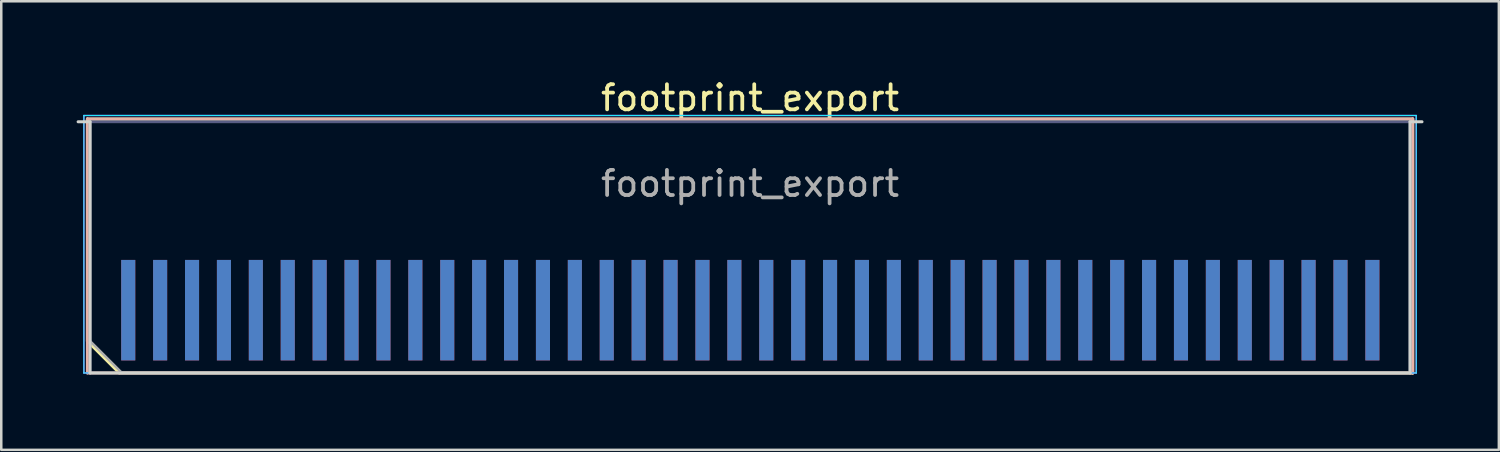
<source format=kicad_pcb>
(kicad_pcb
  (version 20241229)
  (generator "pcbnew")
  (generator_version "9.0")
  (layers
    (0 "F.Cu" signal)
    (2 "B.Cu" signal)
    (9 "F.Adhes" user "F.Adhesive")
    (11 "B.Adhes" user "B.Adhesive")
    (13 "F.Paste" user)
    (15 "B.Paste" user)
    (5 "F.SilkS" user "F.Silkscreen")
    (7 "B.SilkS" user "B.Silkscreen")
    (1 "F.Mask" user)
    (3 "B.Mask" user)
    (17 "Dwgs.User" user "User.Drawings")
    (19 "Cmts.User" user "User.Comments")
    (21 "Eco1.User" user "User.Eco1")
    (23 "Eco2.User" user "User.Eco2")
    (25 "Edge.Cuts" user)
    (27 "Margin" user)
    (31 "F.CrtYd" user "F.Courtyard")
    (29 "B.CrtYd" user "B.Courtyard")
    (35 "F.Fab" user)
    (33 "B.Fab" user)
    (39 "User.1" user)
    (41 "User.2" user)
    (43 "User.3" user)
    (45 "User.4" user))
  (footprint "footprint_export"
    (layer "F.Cu")
    (at 26.81 6.798)
    (property "Reference" "footprint_export" (at 0 -5.95 0) (layer "F.SilkS") (effects (font (size 1 1) (thickness 0.15))))
    (attr exclude_from_pos_files exclude_from_bom)
    (fp_line (start -26.38 -5.11) (end 26.38 -5.11) (stroke (width 0.12) (type solid)) (layer "F.SilkS"))
    (fp_line (start -26.38 3.73) (end -26.38 -5.11) (stroke (width 0.12) (type solid)) (layer "F.SilkS"))
    (fp_line (start -25.11 5) (end -26.38 3.73) (stroke (width 0.12) (type solid)) (layer "F.SilkS"))
    (fp_line (start -25.11 5) (end 26.38 5) (stroke (width 0.12) (type solid)) (layer "F.SilkS"))
    (fp_line (start 26.38 5) (end 26.38 -5.11) (stroke (width 0.12) (type solid)) (layer "F.SilkS"))
    (fp_line (start -26.38 -5.11) (end 26.38 -5.11) (stroke (width 0.12) (type solid)) (layer "B.SilkS"))
    (fp_line (start -26.38 5) (end -26.38 -5.11) (stroke (width 0.12) (type solid)) (layer "B.SilkS"))
    (fp_line (start -26.38 5) (end 26.38 5) (stroke (width 0.12) (type solid)) (layer "B.SilkS"))
    (fp_line (start 26.38 5) (end 26.38 -5.11) (stroke (width 0.12) (type solid)) (layer "B.SilkS"))
    (fp_line (start -26.75 -5) (end -26.275 -5) (stroke (width 0.12) (type solid)) (layer "Edge.Cuts"))
    (fp_line (start -26.275 5) (end -26.275 -5) (stroke (width 0.12) (type solid)) (layer "Edge.Cuts"))
    (fp_line (start -26.275 5) (end 26.275 5) (stroke (width 0.12) (type solid)) (layer "Edge.Cuts"))
    (fp_line (start 26.275 5) (end 26.275 -5) (stroke (width 0.12) (type solid)) (layer "Edge.Cuts"))
    (fp_line (start 26.75 -5) (end 26.275 -5) (stroke (width 0.12) (type solid)) (layer "Edge.Cuts"))
    (fp_line (start -26.52 -5.25) (end -26.52 5) (stroke (width 0.05) (type solid)) (layer "B.CrtYd"))
    (fp_line (start -26.52 5) (end 26.52 5) (stroke (width 0.05) (type solid)) (layer "B.CrtYd"))
    (fp_line (start 26.52 -5.25) (end -26.52 -5.25) (stroke (width 0.05) (type solid)) (layer "B.CrtYd"))
    (fp_line (start 26.52 5) (end 26.52 -5.25) (stroke (width 0.05) (type solid)) (layer "B.CrtYd"))
    (fp_line (start -26.52 -5.25) (end -26.52 5) (stroke (width 0.05) (type solid)) (layer "F.CrtYd"))
    (fp_line (start -26.52 5) (end 26.52 5) (stroke (width 0.05) (type solid)) (layer "F.CrtYd"))
    (fp_line (start 26.52 -5.25) (end -26.52 -5.25) (stroke (width 0.05) (type solid)) (layer "F.CrtYd"))
    (fp_line (start 26.52 5) (end 26.52 -5.25) (stroke (width 0.05) (type solid)) (layer "F.CrtYd"))
    (fp_line (start -26.275 -5) (end 26.275 -5) (stroke (width 0.1) (type solid)) (layer "B.Fab"))
    (fp_line (start -26.275 5) (end -26.275 -5) (stroke (width 0.1) (type solid)) (layer "B.Fab"))
    (fp_line (start -26.275 5) (end 26.275 5) (stroke (width 0.1) (type solid)) (layer "B.Fab"))
    (fp_line (start 26.275 5) (end 26.275 -5) (stroke (width 0.1) (type solid)) (layer "B.Fab"))
    (fp_line (start -26.275 -5) (end 26.275 -5) (stroke (width 0.1) (type solid)) (layer "F.Fab"))
    (fp_line (start -26.275 3.73) (end -26.275 -5) (stroke (width 0.1) (type solid)) (layer "F.Fab"))
    (fp_line (start -26.275 3.73) (end -25.005 5) (stroke (width 0.1) (type solid)) (layer "F.Fab"))
    (fp_line (start -25.005 5) (end 26.275 5) (stroke (width 0.1) (type solid)) (layer "F.Fab"))
    (fp_line (start 26.275 5) (end 26.275 -5) (stroke (width 0.1) (type solid)) (layer "F.Fab"))
    (fp_text user "${REFERENCE}" (at 0 -2.54 0) (layer "F.Fab") (effects (font (size 1 1) (thickness 0.15))))
    (pad "1" connect rect (at -24.755 2.5) (size 0.56 4) (layers "F.Cu" "F.Mask"))
    (pad "2" connect rect (at -24.755 2.5) (size 0.56 4) (layers "B.Cu" "B.Mask"))
    (pad "3" connect rect (at -23.485 2.5) (size 0.56 4) (layers "F.Cu" "F.Mask"))
    (pad "4" connect rect (at -23.485 2.5) (size 0.56 4) (layers "B.Cu" "B.Mask"))
    (pad "5" connect rect (at -22.215 2.5) (size 0.56 4) (layers "F.Cu" "F.Mask"))
    (pad "6" connect rect (at -22.215 2.5) (size 0.56 4) (layers "B.Cu" "B.Mask"))
    (pad "7" connect rect (at -20.945 2.5) (size 0.56 4) (layers "F.Cu" "F.Mask"))
    (pad "8" connect rect (at -20.945 2.5) (size 0.56 4) (layers "B.Cu" "B.Mask"))
    (pad "9" connect rect (at -19.675 2.5) (size 0.56 4) (layers "F.Cu" "F.Mask"))
    (pad "10" connect rect (at -19.675 2.5) (size 0.56 4) (layers "B.Cu" "B.Mask"))
    (pad "11" connect rect (at -18.405 2.5) (size 0.56 4) (layers "F.Cu" "F.Mask"))
    (pad "12" connect rect (at -18.405 2.5) (size 0.56 4) (layers "B.Cu" "B.Mask"))
    (pad "13" connect rect (at -17.135 2.5) (size 0.56 4) (layers "F.Cu" "F.Mask"))
    (pad "14" connect rect (at -17.135 2.5) (size 0.56 4) (layers "B.Cu" "B.Mask"))
    (pad "15" connect rect (at -15.865 2.5) (size 0.56 4) (layers "F.Cu" "F.Mask"))
    (pad "16" connect rect (at -15.865 2.5) (size 0.56 4) (layers "B.Cu" "B.Mask"))
    (pad "17" connect rect (at -14.595 2.5) (size 0.56 4) (layers "F.Cu" "F.Mask"))
    (pad "18" connect rect (at -14.595 2.5) (size 0.56 4) (layers "B.Cu" "B.Mask"))
    (pad "19" connect rect (at -13.325 2.5) (size 0.56 4) (layers "F.Cu" "F.Mask"))
    (pad "20" connect rect (at -13.325 2.5) (size 0.56 4) (layers "B.Cu" "B.Mask"))
    (pad "21" connect rect (at -12.055 2.5) (size 0.56 4) (layers "F.Cu" "F.Mask"))
    (pad "22" connect rect (at -12.055 2.5) (size 0.56 4) (layers "B.Cu" "B.Mask"))
    (pad "23" connect rect (at -10.785 2.5) (size 0.56 4) (layers "F.Cu" "F.Mask"))
    (pad "24" connect rect (at -10.785 2.5) (size 0.56 4) (layers "B.Cu" "B.Mask"))
    (pad "25" connect rect (at -9.515 2.5) (size 0.56 4) (layers "F.Cu" "F.Mask"))
    (pad "26" connect rect (at -9.515 2.5) (size 0.56 4) (layers "B.Cu" "B.Mask"))
    (pad "27" connect rect (at -8.245 2.5) (size 0.56 4) (layers "F.Cu" "F.Mask"))
    (pad "28" connect rect (at -8.245 2.5) (size 0.56 4) (layers "B.Cu" "B.Mask"))
    (pad "29" connect rect (at -6.975 2.5) (size 0.56 4) (layers "F.Cu" "F.Mask"))
    (pad "30" connect rect (at -6.975 2.5) (size 0.56 4) (layers "B.Cu" "B.Mask"))
    (pad "31" connect rect (at -5.705 2.5) (size 0.56 4) (layers "F.Cu" "F.Mask"))
    (pad "32" connect rect (at -5.705 2.5) (size 0.56 4) (layers "B.Cu" "B.Mask"))
    (pad "33" connect rect (at -4.435 2.5) (size 0.56 4) (layers "F.Cu" "F.Mask"))
    (pad "34" connect rect (at -4.435 2.5) (size 0.56 4) (layers "B.Cu" "B.Mask"))
    (pad "35" connect rect (at -3.165 2.5) (size 0.56 4) (layers "F.Cu" "F.Mask"))
    (pad "36" connect rect (at -3.165 2.5) (size 0.56 4) (layers "B.Cu" "B.Mask"))
    (pad "37" connect rect (at -1.895 2.5) (size 0.56 4) (layers "F.Cu" "F.Mask"))
    (pad "38" connect rect (at -1.895 2.5) (size 0.56 4) (layers "B.Cu" "B.Mask"))
    (pad "39" connect rect (at -0.625 2.5) (size 0.56 4) (layers "F.Cu" "F.Mask"))
    (pad "40" connect rect (at -0.625 2.5) (size 0.56 4) (layers "B.Cu" "B.Mask"))
    (pad "41" connect rect (at 0.645 2.5) (size 0.56 4) (layers "F.Cu" "F.Mask"))
    (pad "42" connect rect (at 0.645 2.5) (size 0.56 4) (layers "B.Cu" "B.Mask"))
    (pad "43" connect rect (at 1.915 2.5) (size 0.56 4) (layers "F.Cu" "F.Mask"))
    (pad "44" connect rect (at 1.915 2.5) (size 0.56 4) (layers "B.Cu" "B.Mask"))
    (pad "45" connect rect (at 3.185 2.5) (size 0.56 4) (layers "F.Cu" "F.Mask"))
    (pad "46" connect rect (at 3.185 2.5) (size 0.56 4) (layers "B.Cu" "B.Mask"))
    (pad "47" connect rect (at 4.455 2.5) (size 0.56 4) (layers "F.Cu" "F.Mask"))
    (pad "48" connect rect (at 4.455 2.5) (size 0.56 4) (layers "B.Cu" "B.Mask"))
    (pad "49" connect rect (at 5.725 2.5) (size 0.56 4) (layers "F.Cu" "F.Mask"))
    (pad "50" connect rect (at 5.725 2.5) (size 0.56 4) (layers "B.Cu" "B.Mask"))
    (pad "51" connect rect (at 6.995 2.5) (size 0.56 4) (layers "F.Cu" "F.Mask"))
    (pad "52" connect rect (at 6.995 2.5) (size 0.56 4) (layers "B.Cu" "B.Mask"))
    (pad "53" connect rect (at 8.265 2.5) (size 0.56 4) (layers "F.Cu" "F.Mask"))
    (pad "54" connect rect (at 8.265 2.5) (size 0.56 4) (layers "B.Cu" "B.Mask"))
    (pad "55" connect rect (at 9.535 2.5) (size 0.56 4) (layers "F.Cu" "F.Mask"))
    (pad "56" connect rect (at 9.535 2.5) (size 0.56 4) (layers "B.Cu" "B.Mask"))
    (pad "57" connect rect (at 10.805 2.5) (size 0.56 4) (layers "F.Cu" "F.Mask"))
    (pad "58" connect rect (at 10.805 2.5) (size 0.56 4) (layers "B.Cu" "B.Mask"))
    (pad "59" connect rect (at 12.075 2.5) (size 0.56 4) (layers "F.Cu" "F.Mask"))
    (pad "60" connect rect (at 12.075 2.5) (size 0.56 4) (layers "B.Cu" "B.Mask"))
    (pad "61" connect rect (at 13.345 2.5) (size 0.56 4) (layers "F.Cu" "F.Mask"))
    (pad "62" connect rect (at 13.345 2.5) (size 0.56 4) (layers "B.Cu" "B.Mask"))
    (pad "63" connect rect (at 14.615 2.5) (size 0.56 4) (layers "F.Cu" "F.Mask"))
    (pad "64" connect rect (at 14.615 2.5) (size 0.56 4) (layers "B.Cu" "B.Mask"))
    (pad "65" connect rect (at 15.885 2.5) (size 0.56 4) (layers "F.Cu" "F.Mask"))
    (pad "66" connect rect (at 15.885 2.5) (size 0.56 4) (layers "B.Cu" "B.Mask"))
    (pad "67" connect rect (at 17.155 2.5) (size 0.56 4) (layers "F.Cu" "F.Mask"))
    (pad "68" connect rect (at 17.155 2.5) (size 0.56 4) (layers "B.Cu" "B.Mask"))
    (pad "69" connect rect (at 18.425 2.5) (size 0.56 4) (layers "F.Cu" "F.Mask"))
    (pad "70" connect rect (at 18.425 2.5) (size 0.56 4) (layers "B.Cu" "B.Mask"))
    (pad "71" connect rect (at 19.695 2.5) (size 0.56 4) (layers "F.Cu" "F.Mask"))
    (pad "72" connect rect (at 19.695 2.5) (size 0.56 4) (layers "B.Cu" "B.Mask"))
    (pad "73" connect rect (at 20.965 2.5) (size 0.56 4) (layers "F.Cu" "F.Mask"))
    (pad "74" connect rect (at 20.965 2.5) (size 0.56 4) (layers "B.Cu" "B.Mask"))
    (pad "75" connect rect (at 22.235 2.5) (size 0.56 4) (layers "F.Cu" "F.Mask"))
    (pad "76" connect rect (at 22.235 2.5) (size 0.56 4) (layers "B.Cu" "B.Mask"))
    (pad "77" connect rect (at 23.505 2.5) (size 0.56 4) (layers "F.Cu" "F.Mask"))
    (pad "78" connect rect (at 23.505 2.5) (size 0.56 4) (layers "B.Cu" "B.Mask"))
    (pad "79" connect rect (at 24.775 2.5) (size 0.56 4) (layers "F.Cu" "F.Mask"))
    (pad "80" connect rect (at 24.775 2.5) (size 0.56 4) (layers "B.Cu" "B.Mask")))
  (gr_rect
    (start -3 -3)
    (end 56.62 14.858)
    (stroke (width 0.1) (type default))
    (fill no)
    (layer "Edge.Cuts")))
</source>
